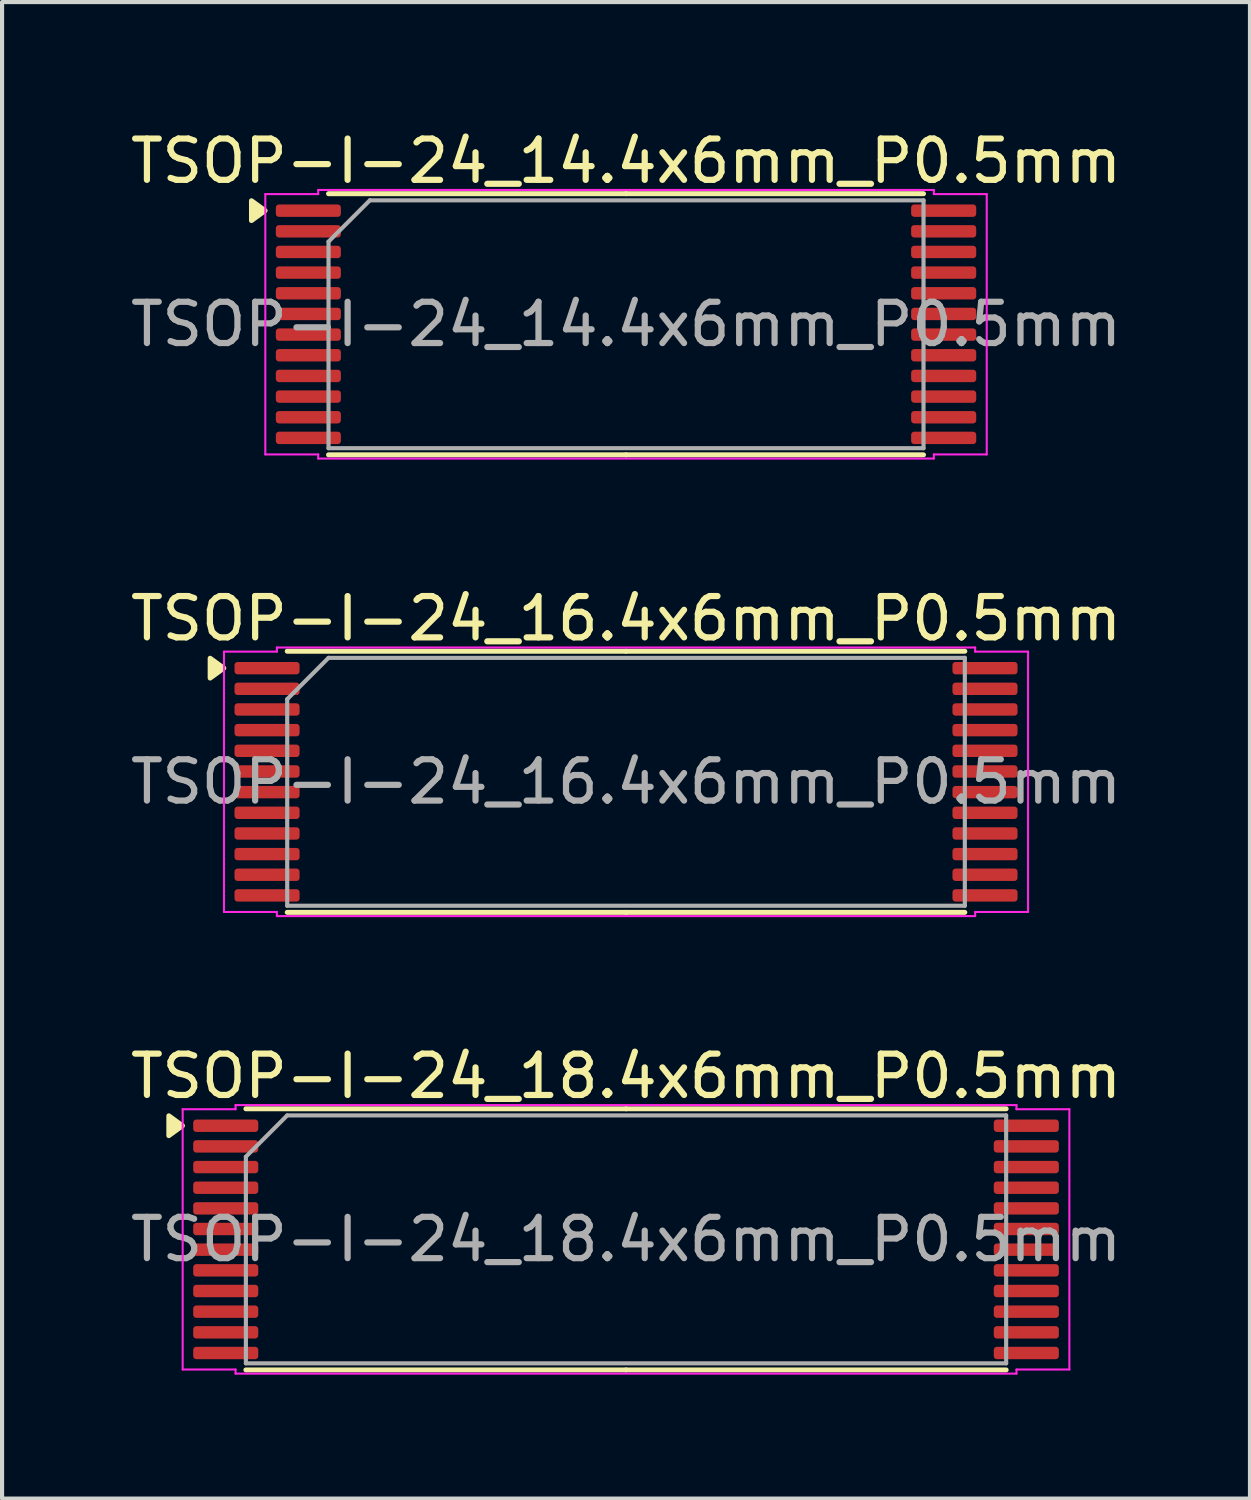
<source format=kicad_pcb>
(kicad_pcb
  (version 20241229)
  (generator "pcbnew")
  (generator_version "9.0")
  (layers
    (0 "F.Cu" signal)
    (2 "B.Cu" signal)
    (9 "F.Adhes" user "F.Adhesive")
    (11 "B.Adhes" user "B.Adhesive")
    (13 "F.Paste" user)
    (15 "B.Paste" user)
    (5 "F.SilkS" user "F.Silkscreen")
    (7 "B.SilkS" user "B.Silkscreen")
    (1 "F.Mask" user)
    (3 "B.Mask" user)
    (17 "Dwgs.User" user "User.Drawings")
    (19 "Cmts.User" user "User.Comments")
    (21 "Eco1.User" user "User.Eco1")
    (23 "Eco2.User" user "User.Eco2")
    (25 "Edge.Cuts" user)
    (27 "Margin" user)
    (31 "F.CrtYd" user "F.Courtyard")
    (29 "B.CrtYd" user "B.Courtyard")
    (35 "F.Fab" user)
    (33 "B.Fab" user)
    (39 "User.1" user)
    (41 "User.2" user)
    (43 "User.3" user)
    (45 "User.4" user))
  (footprint "TSOP-I-24_18.4x6mm_P0.5mm"
    (layer "F.Cu")
    (at 12.101 26.945)
    (property "Reference" "TSOP-I-24_18.4x6mm_P0.5mm" (at 0 -3.95 0) (layer "F.SilkS") (effects (font (size 1 1) (thickness 0.15))))
    (attr smd)
    (fp_line (start 0 -3.16) (end -9.2 -3.16) (stroke (width 0.12) (type solid)) (layer "F.SilkS"))
    (fp_line (start 0 -3.16) (end 9.2 -3.16) (stroke (width 0.12) (type solid)) (layer "F.SilkS"))
    (fp_line (start 0 3.16) (end -9.2 3.16) (stroke (width 0.12) (type solid)) (layer "F.SilkS"))
    (fp_line (start 0 3.16) (end 9.2 3.16) (stroke (width 0.12) (type solid)) (layer "F.SilkS"))
    (fp_poly (pts (xy -10.735 -2.75) (xy -11.065 -2.51) (xy -11.065 -2.99)) (stroke (width 0.12) (type solid)) (fill yes) (layer "F.SilkS"))
    (fp_line (start -10.73 -3.15) (end -9.45 -3.15) (stroke (width 0.05) (type solid)) (layer "F.CrtYd"))
    (fp_line (start -10.73 3.15) (end -10.73 -3.15) (stroke (width 0.05) (type solid)) (layer "F.CrtYd"))
    (fp_line (start -9.45 -3.25) (end 9.45 -3.25) (stroke (width 0.05) (type solid)) (layer "F.CrtYd"))
    (fp_line (start -9.45 -3.15) (end -9.45 -3.25) (stroke (width 0.05) (type solid)) (layer "F.CrtYd"))
    (fp_line (start -9.45 3.15) (end -10.73 3.15) (stroke (width 0.05) (type solid)) (layer "F.CrtYd"))
    (fp_line (start -9.45 3.25) (end -9.45 3.15) (stroke (width 0.05) (type solid)) (layer "F.CrtYd"))
    (fp_line (start 9.45 -3.25) (end 9.45 -3.15) (stroke (width 0.05) (type solid)) (layer "F.CrtYd"))
    (fp_line (start 9.45 -3.15) (end 10.73 -3.15) (stroke (width 0.05) (type solid)) (layer "F.CrtYd"))
    (fp_line (start 9.45 3.15) (end 9.45 3.25) (stroke (width 0.05) (type solid)) (layer "F.CrtYd"))
    (fp_line (start 9.45 3.25) (end -9.45 3.25) (stroke (width 0.05) (type solid)) (layer "F.CrtYd"))
    (fp_line (start 10.73 -3.15) (end 10.73 3.15) (stroke (width 0.05) (type solid)) (layer "F.CrtYd"))
    (fp_line (start 10.73 3.15) (end 9.45 3.15) (stroke (width 0.05) (type solid)) (layer "F.CrtYd"))
    (fp_line (start -9.2 -2) (end -8.2 -3) (stroke (width 0.1) (type solid)) (layer "F.Fab"))
    (fp_line (start -9.2 3) (end -9.2 -2) (stroke (width 0.1) (type solid)) (layer "F.Fab"))
    (fp_line (start -8.2 -3) (end 9.2 -3) (stroke (width 0.1) (type solid)) (layer "F.Fab"))
    (fp_line (start 9.2 -3) (end 9.2 3) (stroke (width 0.1) (type solid)) (layer "F.Fab"))
    (fp_line (start 9.2 3) (end -9.2 3) (stroke (width 0.1) (type solid)) (layer "F.Fab"))
    (fp_text user "${REFERENCE}" (at 0 0 0) (layer "F.Fab") (effects (font (size 1 1) (thickness 0.15))))
    (pad "1" smd roundrect (at -9.688 -2.75) (size 1.575 0.3) (layers "F.Cu" "F.Mask" "F.Paste") (roundrect_rratio 0.25))
    (pad "2" smd roundrect (at -9.688 -2.25) (size 1.575 0.3) (layers "F.Cu" "F.Mask" "F.Paste") (roundrect_rratio 0.25))
    (pad "3" smd roundrect (at -9.688 -1.75) (size 1.575 0.3) (layers "F.Cu" "F.Mask" "F.Paste") (roundrect_rratio 0.25))
    (pad "4" smd roundrect (at -9.688 -1.25) (size 1.575 0.3) (layers "F.Cu" "F.Mask" "F.Paste") (roundrect_rratio 0.25))
    (pad "5" smd roundrect (at -9.688 -0.75) (size 1.575 0.3) (layers "F.Cu" "F.Mask" "F.Paste") (roundrect_rratio 0.25))
    (pad "6" smd roundrect (at -9.688 -0.25) (size 1.575 0.3) (layers "F.Cu" "F.Mask" "F.Paste") (roundrect_rratio 0.25))
    (pad "7" smd roundrect (at -9.688 0.25) (size 1.575 0.3) (layers "F.Cu" "F.Mask" "F.Paste") (roundrect_rratio 0.25))
    (pad "8" smd roundrect (at -9.688 0.75) (size 1.575 0.3) (layers "F.Cu" "F.Mask" "F.Paste") (roundrect_rratio 0.25))
    (pad "9" smd roundrect (at -9.688 1.25) (size 1.575 0.3) (layers "F.Cu" "F.Mask" "F.Paste") (roundrect_rratio 0.25))
    (pad "10" smd roundrect (at -9.688 1.75) (size 1.575 0.3) (layers "F.Cu" "F.Mask" "F.Paste") (roundrect_rratio 0.25))
    (pad "11" smd roundrect (at -9.688 2.25) (size 1.575 0.3) (layers "F.Cu" "F.Mask" "F.Paste") (roundrect_rratio 0.25))
    (pad "12" smd roundrect (at -9.688 2.75) (size 1.575 0.3) (layers "F.Cu" "F.Mask" "F.Paste") (roundrect_rratio 0.25))
    (pad "13" smd roundrect (at 9.688 2.75) (size 1.575 0.3) (layers "F.Cu" "F.Mask" "F.Paste") (roundrect_rratio 0.25))
    (pad "14" smd roundrect (at 9.688 2.25) (size 1.575 0.3) (layers "F.Cu" "F.Mask" "F.Paste") (roundrect_rratio 0.25))
    (pad "15" smd roundrect (at 9.688 1.75) (size 1.575 0.3) (layers "F.Cu" "F.Mask" "F.Paste") (roundrect_rratio 0.25))
    (pad "16" smd roundrect (at 9.688 1.25) (size 1.575 0.3) (layers "F.Cu" "F.Mask" "F.Paste") (roundrect_rratio 0.25))
    (pad "17" smd roundrect (at 9.688 0.75) (size 1.575 0.3) (layers "F.Cu" "F.Mask" "F.Paste") (roundrect_rratio 0.25))
    (pad "18" smd roundrect (at 9.688 0.25) (size 1.575 0.3) (layers "F.Cu" "F.Mask" "F.Paste") (roundrect_rratio 0.25))
    (pad "19" smd roundrect (at 9.688 -0.25) (size 1.575 0.3) (layers "F.Cu" "F.Mask" "F.Paste") (roundrect_rratio 0.25))
    (pad "20" smd roundrect (at 9.688 -0.75) (size 1.575 0.3) (layers "F.Cu" "F.Mask" "F.Paste") (roundrect_rratio 0.25))
    (pad "21" smd roundrect (at 9.688 -1.25) (size 1.575 0.3) (layers "F.Cu" "F.Mask" "F.Paste") (roundrect_rratio 0.25))
    (pad "22" smd roundrect (at 9.688 -1.75) (size 1.575 0.3) (layers "F.Cu" "F.Mask" "F.Paste") (roundrect_rratio 0.25))
    (pad "23" smd roundrect (at 9.688 -2.25) (size 1.575 0.3) (layers "F.Cu" "F.Mask" "F.Paste") (roundrect_rratio 0.25))
    (pad "24" smd roundrect (at 9.688 -2.75) (size 1.575 0.3) (layers "F.Cu" "F.Mask" "F.Paste") (roundrect_rratio 0.25)))
  (footprint "TSOP-I-24_16.4x6mm_P0.5mm"
    (layer "F.Cu")
    (at 12.101 15.871)
    (property "Reference" "TSOP-I-24_16.4x6mm_P0.5mm" (at 0 -3.95 0) (layer "F.SilkS") (effects (font (size 1 1) (thickness 0.15))))
    (attr smd)
    (fp_line (start 0 -3.16) (end -8.2 -3.16) (stroke (width 0.12) (type solid)) (layer "F.SilkS"))
    (fp_line (start 0 -3.16) (end 8.2 -3.16) (stroke (width 0.12) (type solid)) (layer "F.SilkS"))
    (fp_line (start 0 3.16) (end -8.2 3.16) (stroke (width 0.12) (type solid)) (layer "F.SilkS"))
    (fp_line (start 0 3.16) (end 8.2 3.16) (stroke (width 0.12) (type solid)) (layer "F.SilkS"))
    (fp_poly (pts (xy -9.735 -2.75) (xy -10.065 -2.51) (xy -10.065 -2.99)) (stroke (width 0.12) (type solid)) (fill yes) (layer "F.SilkS"))
    (fp_line (start -9.73 -3.15) (end -8.45 -3.15) (stroke (width 0.05) (type solid)) (layer "F.CrtYd"))
    (fp_line (start -9.73 3.15) (end -9.73 -3.15) (stroke (width 0.05) (type solid)) (layer "F.CrtYd"))
    (fp_line (start -8.45 -3.25) (end 8.45 -3.25) (stroke (width 0.05) (type solid)) (layer "F.CrtYd"))
    (fp_line (start -8.45 -3.15) (end -8.45 -3.25) (stroke (width 0.05) (type solid)) (layer "F.CrtYd"))
    (fp_line (start -8.45 3.15) (end -9.73 3.15) (stroke (width 0.05) (type solid)) (layer "F.CrtYd"))
    (fp_line (start -8.45 3.25) (end -8.45 3.15) (stroke (width 0.05) (type solid)) (layer "F.CrtYd"))
    (fp_line (start 8.45 -3.25) (end 8.45 -3.15) (stroke (width 0.05) (type solid)) (layer "F.CrtYd"))
    (fp_line (start 8.45 -3.15) (end 9.73 -3.15) (stroke (width 0.05) (type solid)) (layer "F.CrtYd"))
    (fp_line (start 8.45 3.15) (end 8.45 3.25) (stroke (width 0.05) (type solid)) (layer "F.CrtYd"))
    (fp_line (start 8.45 3.25) (end -8.45 3.25) (stroke (width 0.05) (type solid)) (layer "F.CrtYd"))
    (fp_line (start 9.73 -3.15) (end 9.73 3.15) (stroke (width 0.05) (type solid)) (layer "F.CrtYd"))
    (fp_line (start 9.73 3.15) (end 8.45 3.15) (stroke (width 0.05) (type solid)) (layer "F.CrtYd"))
    (fp_line (start -8.2 -2) (end -7.2 -3) (stroke (width 0.1) (type solid)) (layer "F.Fab"))
    (fp_line (start -8.2 3) (end -8.2 -2) (stroke (width 0.1) (type solid)) (layer "F.Fab"))
    (fp_line (start -7.2 -3) (end 8.2 -3) (stroke (width 0.1) (type solid)) (layer "F.Fab"))
    (fp_line (start 8.2 -3) (end 8.2 3) (stroke (width 0.1) (type solid)) (layer "F.Fab"))
    (fp_line (start 8.2 3) (end -8.2 3) (stroke (width 0.1) (type solid)) (layer "F.Fab"))
    (fp_text user "${REFERENCE}" (at 0 0 0) (layer "F.Fab") (effects (font (size 1 1) (thickness 0.15))))
    (pad "1" smd roundrect (at -8.688 -2.75) (size 1.575 0.3) (layers "F.Cu" "F.Mask" "F.Paste") (roundrect_rratio 0.25))
    (pad "2" smd roundrect (at -8.688 -2.25) (size 1.575 0.3) (layers "F.Cu" "F.Mask" "F.Paste") (roundrect_rratio 0.25))
    (pad "3" smd roundrect (at -8.688 -1.75) (size 1.575 0.3) (layers "F.Cu" "F.Mask" "F.Paste") (roundrect_rratio 0.25))
    (pad "4" smd roundrect (at -8.688 -1.25) (size 1.575 0.3) (layers "F.Cu" "F.Mask" "F.Paste") (roundrect_rratio 0.25))
    (pad "5" smd roundrect (at -8.688 -0.75) (size 1.575 0.3) (layers "F.Cu" "F.Mask" "F.Paste") (roundrect_rratio 0.25))
    (pad "6" smd roundrect (at -8.688 -0.25) (size 1.575 0.3) (layers "F.Cu" "F.Mask" "F.Paste") (roundrect_rratio 0.25))
    (pad "7" smd roundrect (at -8.688 0.25) (size 1.575 0.3) (layers "F.Cu" "F.Mask" "F.Paste") (roundrect_rratio 0.25))
    (pad "8" smd roundrect (at -8.688 0.75) (size 1.575 0.3) (layers "F.Cu" "F.Mask" "F.Paste") (roundrect_rratio 0.25))
    (pad "9" smd roundrect (at -8.688 1.25) (size 1.575 0.3) (layers "F.Cu" "F.Mask" "F.Paste") (roundrect_rratio 0.25))
    (pad "10" smd roundrect (at -8.688 1.75) (size 1.575 0.3) (layers "F.Cu" "F.Mask" "F.Paste") (roundrect_rratio 0.25))
    (pad "11" smd roundrect (at -8.688 2.25) (size 1.575 0.3) (layers "F.Cu" "F.Mask" "F.Paste") (roundrect_rratio 0.25))
    (pad "12" smd roundrect (at -8.688 2.75) (size 1.575 0.3) (layers "F.Cu" "F.Mask" "F.Paste") (roundrect_rratio 0.25))
    (pad "13" smd roundrect (at 8.688 2.75) (size 1.575 0.3) (layers "F.Cu" "F.Mask" "F.Paste") (roundrect_rratio 0.25))
    (pad "14" smd roundrect (at 8.688 2.25) (size 1.575 0.3) (layers "F.Cu" "F.Mask" "F.Paste") (roundrect_rratio 0.25))
    (pad "15" smd roundrect (at 8.688 1.75) (size 1.575 0.3) (layers "F.Cu" "F.Mask" "F.Paste") (roundrect_rratio 0.25))
    (pad "16" smd roundrect (at 8.688 1.25) (size 1.575 0.3) (layers "F.Cu" "F.Mask" "F.Paste") (roundrect_rratio 0.25))
    (pad "17" smd roundrect (at 8.688 0.75) (size 1.575 0.3) (layers "F.Cu" "F.Mask" "F.Paste") (roundrect_rratio 0.25))
    (pad "18" smd roundrect (at 8.688 0.25) (size 1.575 0.3) (layers "F.Cu" "F.Mask" "F.Paste") (roundrect_rratio 0.25))
    (pad "19" smd roundrect (at 8.688 -0.25) (size 1.575 0.3) (layers "F.Cu" "F.Mask" "F.Paste") (roundrect_rratio 0.25))
    (pad "20" smd roundrect (at 8.688 -0.75) (size 1.575 0.3) (layers "F.Cu" "F.Mask" "F.Paste") (roundrect_rratio 0.25))
    (pad "21" smd roundrect (at 8.688 -1.25) (size 1.575 0.3) (layers "F.Cu" "F.Mask" "F.Paste") (roundrect_rratio 0.25))
    (pad "22" smd roundrect (at 8.688 -1.75) (size 1.575 0.3) (layers "F.Cu" "F.Mask" "F.Paste") (roundrect_rratio 0.25))
    (pad "23" smd roundrect (at 8.688 -2.25) (size 1.575 0.3) (layers "F.Cu" "F.Mask" "F.Paste") (roundrect_rratio 0.25))
    (pad "24" smd roundrect (at 8.688 -2.75) (size 1.575 0.3) (layers "F.Cu" "F.Mask" "F.Paste") (roundrect_rratio 0.25)))
  (footprint "TSOP-I-24_14.4x6mm_P0.5mm"
    (layer "F.Cu")
    (at 12.101 4.798)
    (property "Reference" "TSOP-I-24_14.4x6mm_P0.5mm" (at 0 -3.95 0) (layer "F.SilkS") (effects (font (size 1 1) (thickness 0.15))))
    (attr smd)
    (fp_line (start 0 -3.16) (end -7.2 -3.16) (stroke (width 0.12) (type solid)) (layer "F.SilkS"))
    (fp_line (start 0 -3.16) (end 7.2 -3.16) (stroke (width 0.12) (type solid)) (layer "F.SilkS"))
    (fp_line (start 0 3.16) (end -7.2 3.16) (stroke (width 0.12) (type solid)) (layer "F.SilkS"))
    (fp_line (start 0 3.16) (end 7.2 3.16) (stroke (width 0.12) (type solid)) (layer "F.SilkS"))
    (fp_poly (pts (xy -8.735 -2.75) (xy -9.065 -2.51) (xy -9.065 -2.99)) (stroke (width 0.12) (type solid)) (fill yes) (layer "F.SilkS"))
    (fp_line (start -8.73 -3.15) (end -7.45 -3.15) (stroke (width 0.05) (type solid)) (layer "F.CrtYd"))
    (fp_line (start -8.73 3.15) (end -8.73 -3.15) (stroke (width 0.05) (type solid)) (layer "F.CrtYd"))
    (fp_line (start -7.45 -3.25) (end 7.45 -3.25) (stroke (width 0.05) (type solid)) (layer "F.CrtYd"))
    (fp_line (start -7.45 -3.15) (end -7.45 -3.25) (stroke (width 0.05) (type solid)) (layer "F.CrtYd"))
    (fp_line (start -7.45 3.15) (end -8.73 3.15) (stroke (width 0.05) (type solid)) (layer "F.CrtYd"))
    (fp_line (start -7.45 3.25) (end -7.45 3.15) (stroke (width 0.05) (type solid)) (layer "F.CrtYd"))
    (fp_line (start 7.45 -3.25) (end 7.45 -3.15) (stroke (width 0.05) (type solid)) (layer "F.CrtYd"))
    (fp_line (start 7.45 -3.15) (end 8.73 -3.15) (stroke (width 0.05) (type solid)) (layer "F.CrtYd"))
    (fp_line (start 7.45 3.15) (end 7.45 3.25) (stroke (width 0.05) (type solid)) (layer "F.CrtYd"))
    (fp_line (start 7.45 3.25) (end -7.45 3.25) (stroke (width 0.05) (type solid)) (layer "F.CrtYd"))
    (fp_line (start 8.73 -3.15) (end 8.73 3.15) (stroke (width 0.05) (type solid)) (layer "F.CrtYd"))
    (fp_line (start 8.73 3.15) (end 7.45 3.15) (stroke (width 0.05) (type solid)) (layer "F.CrtYd"))
    (fp_line (start -7.2 -2) (end -6.2 -3) (stroke (width 0.1) (type solid)) (layer "F.Fab"))
    (fp_line (start -7.2 3) (end -7.2 -2) (stroke (width 0.1) (type solid)) (layer "F.Fab"))
    (fp_line (start -6.2 -3) (end 7.2 -3) (stroke (width 0.1) (type solid)) (layer "F.Fab"))
    (fp_line (start 7.2 -3) (end 7.2 3) (stroke (width 0.1) (type solid)) (layer "F.Fab"))
    (fp_line (start 7.2 3) (end -7.2 3) (stroke (width 0.1) (type solid)) (layer "F.Fab"))
    (fp_text user "${REFERENCE}" (at 0 0 0) (layer "F.Fab") (effects (font (size 1 1) (thickness 0.15))))
    (pad "1" smd roundrect (at -7.688 -2.75) (size 1.575 0.3) (layers "F.Cu" "F.Mask" "F.Paste") (roundrect_rratio 0.25))
    (pad "2" smd roundrect (at -7.688 -2.25) (size 1.575 0.3) (layers "F.Cu" "F.Mask" "F.Paste") (roundrect_rratio 0.25))
    (pad "3" smd roundrect (at -7.688 -1.75) (size 1.575 0.3) (layers "F.Cu" "F.Mask" "F.Paste") (roundrect_rratio 0.25))
    (pad "4" smd roundrect (at -7.688 -1.25) (size 1.575 0.3) (layers "F.Cu" "F.Mask" "F.Paste") (roundrect_rratio 0.25))
    (pad "5" smd roundrect (at -7.688 -0.75) (size 1.575 0.3) (layers "F.Cu" "F.Mask" "F.Paste") (roundrect_rratio 0.25))
    (pad "6" smd roundrect (at -7.688 -0.25) (size 1.575 0.3) (layers "F.Cu" "F.Mask" "F.Paste") (roundrect_rratio 0.25))
    (pad "7" smd roundrect (at -7.688 0.25) (size 1.575 0.3) (layers "F.Cu" "F.Mask" "F.Paste") (roundrect_rratio 0.25))
    (pad "8" smd roundrect (at -7.688 0.75) (size 1.575 0.3) (layers "F.Cu" "F.Mask" "F.Paste") (roundrect_rratio 0.25))
    (pad "9" smd roundrect (at -7.688 1.25) (size 1.575 0.3) (layers "F.Cu" "F.Mask" "F.Paste") (roundrect_rratio 0.25))
    (pad "10" smd roundrect (at -7.688 1.75) (size 1.575 0.3) (layers "F.Cu" "F.Mask" "F.Paste") (roundrect_rratio 0.25))
    (pad "11" smd roundrect (at -7.688 2.25) (size 1.575 0.3) (layers "F.Cu" "F.Mask" "F.Paste") (roundrect_rratio 0.25))
    (pad "12" smd roundrect (at -7.688 2.75) (size 1.575 0.3) (layers "F.Cu" "F.Mask" "F.Paste") (roundrect_rratio 0.25))
    (pad "13" smd roundrect (at 7.688 2.75) (size 1.575 0.3) (layers "F.Cu" "F.Mask" "F.Paste") (roundrect_rratio 0.25))
    (pad "14" smd roundrect (at 7.688 2.25) (size 1.575 0.3) (layers "F.Cu" "F.Mask" "F.Paste") (roundrect_rratio 0.25))
    (pad "15" smd roundrect (at 7.688 1.75) (size 1.575 0.3) (layers "F.Cu" "F.Mask" "F.Paste") (roundrect_rratio 0.25))
    (pad "16" smd roundrect (at 7.688 1.25) (size 1.575 0.3) (layers "F.Cu" "F.Mask" "F.Paste") (roundrect_rratio 0.25))
    (pad "17" smd roundrect (at 7.688 0.75) (size 1.575 0.3) (layers "F.Cu" "F.Mask" "F.Paste") (roundrect_rratio 0.25))
    (pad "18" smd roundrect (at 7.688 0.25) (size 1.575 0.3) (layers "F.Cu" "F.Mask" "F.Paste") (roundrect_rratio 0.25))
    (pad "19" smd roundrect (at 7.688 -0.25) (size 1.575 0.3) (layers "F.Cu" "F.Mask" "F.Paste") (roundrect_rratio 0.25))
    (pad "20" smd roundrect (at 7.688 -0.75) (size 1.575 0.3) (layers "F.Cu" "F.Mask" "F.Paste") (roundrect_rratio 0.25))
    (pad "21" smd roundrect (at 7.688 -1.25) (size 1.575 0.3) (layers "F.Cu" "F.Mask" "F.Paste") (roundrect_rratio 0.25))
    (pad "22" smd roundrect (at 7.688 -1.75) (size 1.575 0.3) (layers "F.Cu" "F.Mask" "F.Paste") (roundrect_rratio 0.25))
    (pad "23" smd roundrect (at 7.688 -2.25) (size 1.575 0.3) (layers "F.Cu" "F.Mask" "F.Paste") (roundrect_rratio 0.25))
    (pad "24" smd roundrect (at 7.688 -2.75) (size 1.575 0.3) (layers "F.Cu" "F.Mask" "F.Paste") (roundrect_rratio 0.25)))
  (gr_rect
    (start -3 -3)
    (end 27.202 33.22)
    (stroke (width 0.1) (type default))
    (fill no)
    (layer "Edge.Cuts")))
</source>
